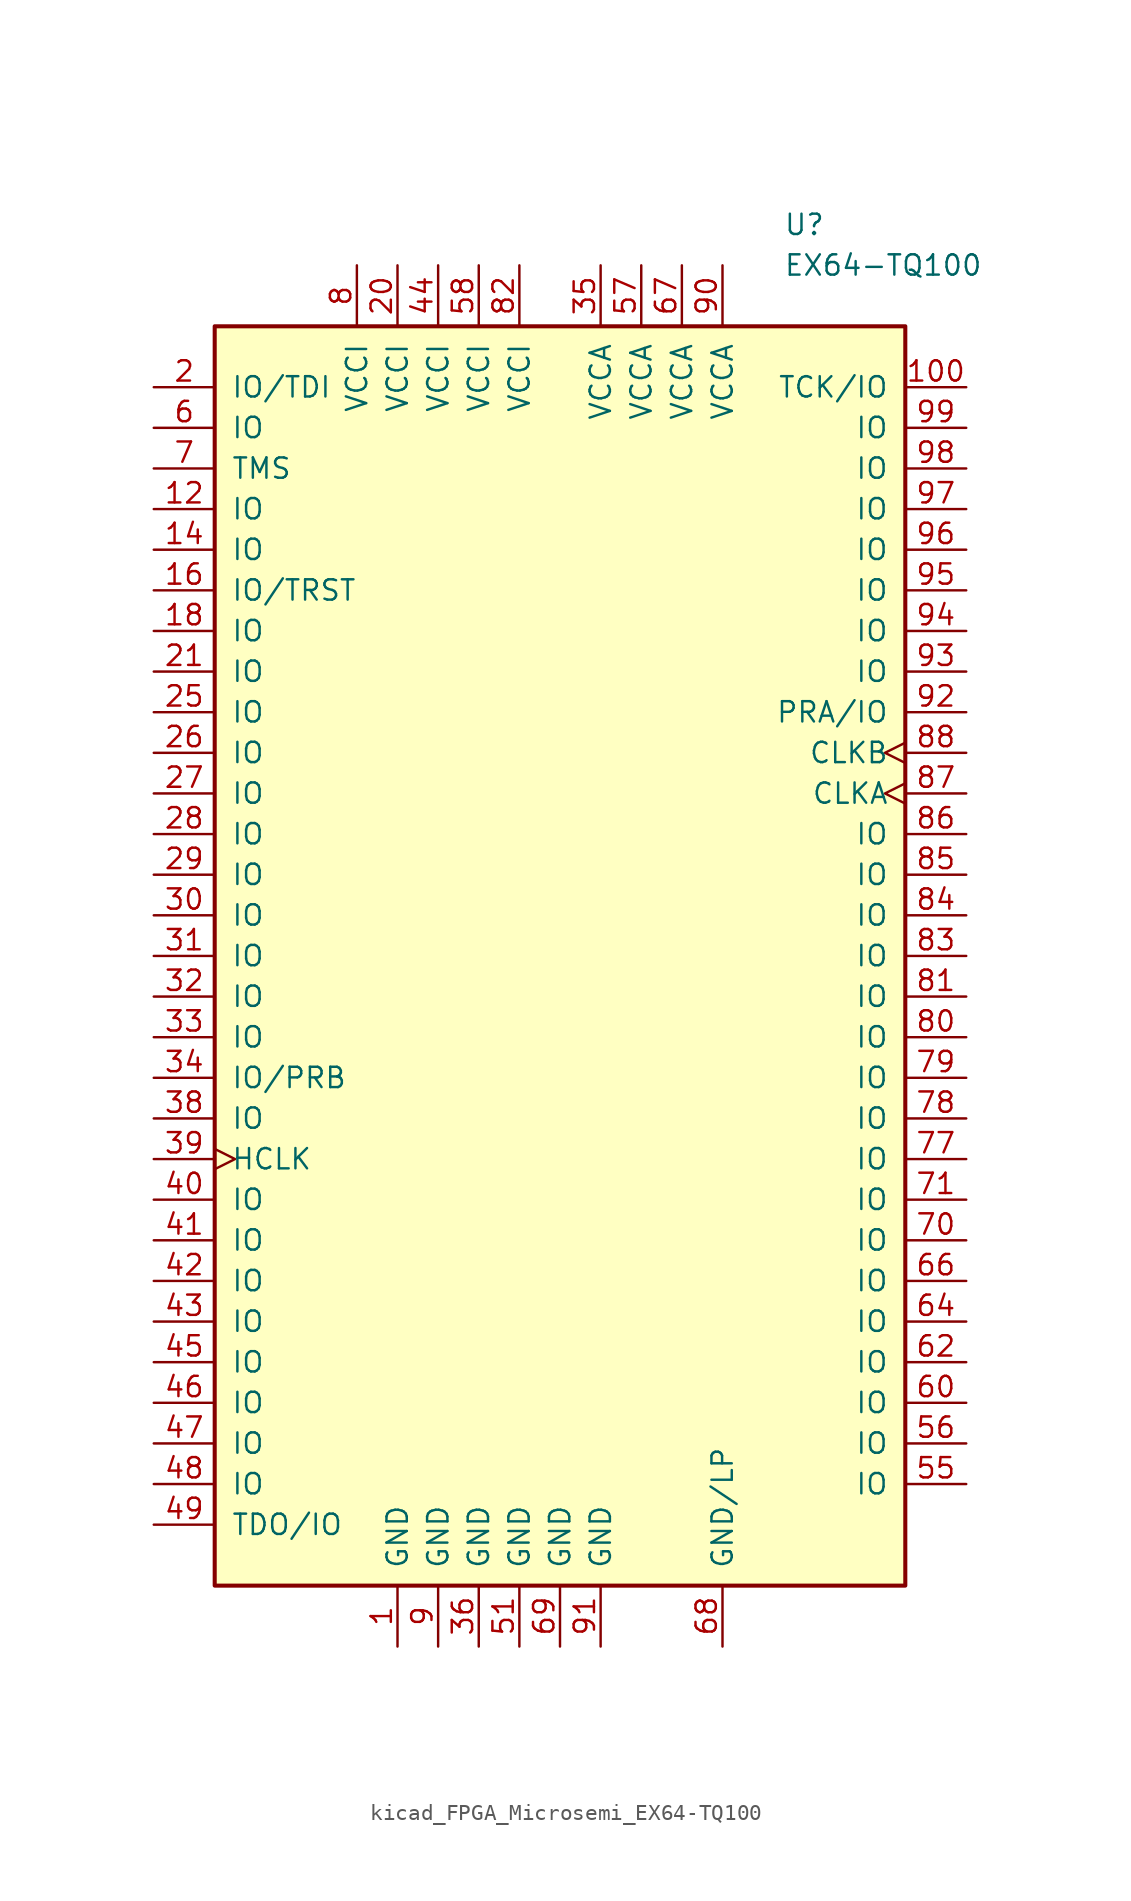
<source format=kicad_sym>
(kicad_symbol_lib
  (version 20220914)
  (generator kicad_symbol_editor)
  (symbol "kicad_FPGA_Microsemi_EX64-TQ100"
    (pin_names
      (offset 1.016))
    (property "Reference" "U"
      (at 13.97 45.72 0)
      (effects (font (size 1.27 1.27)) (justify left)))
    (property "Value" "EX64-TQ100"
      (at 13.97 43.18 0)
      (effects (font (size 1.27 1.27)) (justify left)))
    (symbol "kicad_FPGA_Microsemi_EX64-TQ100_0_1"
      (rectangle (start -21.59 39.37) (end 21.59 -39.37) (stroke (width 0.254) (type default)) (fill (type background))))
    (symbol "kicad_FPGA_Microsemi_EX64-TQ100_1_1"
      (pin power_out line (at -10.16 -43.18 90) (length 3.81) (name "GND" (effects (font (size 1.27 1.27)))) (number "1" (effects (font (size 1.27 1.27)))))
      (pin bidirectional line (at 25.4 35.56 180) (length 3.81) (name "TCK/IO" (effects (font (size 1.27 1.27)))) (number "100" (effects (font (size 1.27 1.27)))))
      (pin bidirectional line (at -25.4 27.94 0) (length 3.81) (name "IO" (effects (font (size 1.27 1.27)))) (number "12" (effects (font (size 1.27 1.27)))))
      (pin bidirectional line (at -25.4 25.4 0) (length 3.81) (name "IO" (effects (font (size 1.27 1.27)))) (number "14" (effects (font (size 1.27 1.27)))))
      (pin bidirectional line (at -25.4 22.86 0) (length 3.81) (name "IO/TRST" (effects (font (size 1.27 1.27)))) (number "16" (effects (font (size 1.27 1.27)))))
      (pin bidirectional line (at -25.4 20.32 0) (length 3.81) (name "IO" (effects (font (size 1.27 1.27)))) (number "18" (effects (font (size 1.27 1.27)))))
      (pin bidirectional line (at -25.4 35.56 0) (length 3.81) (name "IO/TDI" (effects (font (size 1.27 1.27)))) (number "2" (effects (font (size 1.27 1.27)))))
      (pin power_in line (at -10.16 43.18 270) (length 3.81) (name "VCCI" (effects (font (size 1.27 1.27)))) (number "20" (effects (font (size 1.27 1.27)))))
      (pin bidirectional line (at -25.4 17.78 0) (length 3.81) (name "IO" (effects (font (size 1.27 1.27)))) (number "21" (effects (font (size 1.27 1.27)))))
      (pin bidirectional line (at -25.4 15.24 0) (length 3.81) (name "IO" (effects (font (size 1.27 1.27)))) (number "25" (effects (font (size 1.27 1.27)))))
      (pin bidirectional line (at -25.4 12.7 0) (length 3.81) (name "IO" (effects (font (size 1.27 1.27)))) (number "26" (effects (font (size 1.27 1.27)))))
      (pin bidirectional line (at -25.4 10.16 0) (length 3.81) (name "IO" (effects (font (size 1.27 1.27)))) (number "27" (effects (font (size 1.27 1.27)))))
      (pin bidirectional line (at -25.4 7.62 0) (length 3.81) (name "IO" (effects (font (size 1.27 1.27)))) (number "28" (effects (font (size 1.27 1.27)))))
      (pin bidirectional line (at -25.4 5.08 0) (length 3.81) (name "IO" (effects (font (size 1.27 1.27)))) (number "29" (effects (font (size 1.27 1.27)))))
      (pin bidirectional line (at -25.4 2.54 0) (length 3.81) (name "IO" (effects (font (size 1.27 1.27)))) (number "30" (effects (font (size 1.27 1.27)))))
      (pin bidirectional line (at -25.4 0 0) (length 3.81) (name "IO" (effects (font (size 1.27 1.27)))) (number "31" (effects (font (size 1.27 1.27)))))
      (pin bidirectional line (at -25.4 -2.54 0) (length 3.81) (name "IO" (effects (font (size 1.27 1.27)))) (number "32" (effects (font (size 1.27 1.27)))))
      (pin bidirectional line (at -25.4 -5.08 0) (length 3.81) (name "IO" (effects (font (size 1.27 1.27)))) (number "33" (effects (font (size 1.27 1.27)))))
      (pin bidirectional line (at -25.4 -7.62 0) (length 3.81) (name "IO/PRB" (effects (font (size 1.27 1.27)))) (number "34" (effects (font (size 1.27 1.27)))))
      (pin power_in line (at 2.54 43.18 270) (length 3.81) (name "VCCA" (effects (font (size 1.27 1.27)))) (number "35" (effects (font (size 1.27 1.27)))))
      (pin power_out line (at -5.08 -43.18 90) (length 3.81) (name "GND" (effects (font (size 1.27 1.27)))) (number "36" (effects (font (size 1.27 1.27)))))
      (pin bidirectional line (at -25.4 -10.16 0) (length 3.81) (name "IO" (effects (font (size 1.27 1.27)))) (number "38" (effects (font (size 1.27 1.27)))))
      (pin input clock (at -25.4 -12.7 0) (length 3.81) (name "HCLK" (effects (font (size 1.27 1.27)))) (number "39" (effects (font (size 1.27 1.27)))))
      (pin bidirectional line (at -25.4 -15.24 0) (length 3.81) (name "IO" (effects (font (size 1.27 1.27)))) (number "40" (effects (font (size 1.27 1.27)))))
      (pin bidirectional line (at -25.4 -17.78 0) (length 3.81) (name "IO" (effects (font (size 1.27 1.27)))) (number "41" (effects (font (size 1.27 1.27)))))
      (pin bidirectional line (at -25.4 -20.32 0) (length 3.81) (name "IO" (effects (font (size 1.27 1.27)))) (number "42" (effects (font (size 1.27 1.27)))))
      (pin bidirectional line (at -25.4 -22.86 0) (length 3.81) (name "IO" (effects (font (size 1.27 1.27)))) (number "43" (effects (font (size 1.27 1.27)))))
      (pin power_in line (at -7.62 43.18 270) (length 3.81) (name "VCCI" (effects (font (size 1.27 1.27)))) (number "44" (effects (font (size 1.27 1.27)))))
      (pin bidirectional line (at -25.4 -25.4 0) (length 3.81) (name "IO" (effects (font (size 1.27 1.27)))) (number "45" (effects (font (size 1.27 1.27)))))
      (pin bidirectional line (at -25.4 -27.94 0) (length 3.81) (name "IO" (effects (font (size 1.27 1.27)))) (number "46" (effects (font (size 1.27 1.27)))))
      (pin bidirectional line (at -25.4 -30.48 0) (length 3.81) (name "IO" (effects (font (size 1.27 1.27)))) (number "47" (effects (font (size 1.27 1.27)))))
      (pin bidirectional line (at -25.4 -33.02 0) (length 3.81) (name "IO" (effects (font (size 1.27 1.27)))) (number "48" (effects (font (size 1.27 1.27)))))
      (pin bidirectional line (at -25.4 -35.56 0) (length 3.81) (name "TDO/IO" (effects (font (size 1.27 1.27)))) (number "49" (effects (font (size 1.27 1.27)))))
      (pin power_out line (at -2.54 -43.18 90) (length 3.81) (name "GND" (effects (font (size 1.27 1.27)))) (number "51" (effects (font (size 1.27 1.27)))))
      (pin bidirectional line (at 25.4 -33.02 180) (length 3.81) (name "IO" (effects (font (size 1.27 1.27)))) (number "55" (effects (font (size 1.27 1.27)))))
      (pin bidirectional line (at 25.4 -30.48 180) (length 3.81) (name "IO" (effects (font (size 1.27 1.27)))) (number "56" (effects (font (size 1.27 1.27)))))
      (pin power_in line (at 5.08 43.18 270) (length 3.81) (name "VCCA" (effects (font (size 1.27 1.27)))) (number "57" (effects (font (size 1.27 1.27)))))
      (pin power_in line (at -5.08 43.18 270) (length 3.81) (name "VCCI" (effects (font (size 1.27 1.27)))) (number "58" (effects (font (size 1.27 1.27)))))
      (pin bidirectional line (at -25.4 33.02 0) (length 3.81) (name "IO" (effects (font (size 1.27 1.27)))) (number "6" (effects (font (size 1.27 1.27)))))
      (pin bidirectional line (at 25.4 -27.94 180) (length 3.81) (name "IO" (effects (font (size 1.27 1.27)))) (number "60" (effects (font (size 1.27 1.27)))))
      (pin bidirectional line (at 25.4 -25.4 180) (length 3.81) (name "IO" (effects (font (size 1.27 1.27)))) (number "62" (effects (font (size 1.27 1.27)))))
      (pin bidirectional line (at 25.4 -22.86 180) (length 3.81) (name "IO" (effects (font (size 1.27 1.27)))) (number "64" (effects (font (size 1.27 1.27)))))
      (pin bidirectional line (at 25.4 -20.32 180) (length 3.81) (name "IO" (effects (font (size 1.27 1.27)))) (number "66" (effects (font (size 1.27 1.27)))))
      (pin power_in line (at 7.62 43.18 270) (length 3.81) (name "VCCA" (effects (font (size 1.27 1.27)))) (number "67" (effects (font (size 1.27 1.27)))))
      (pin power_out line (at 10.16 -43.18 90) (length 3.81) (name "GND/LP" (effects (font (size 1.27 1.27)))) (number "68" (effects (font (size 1.27 1.27)))))
      (pin power_out line (at 0 -43.18 90) (length 3.81) (name "GND" (effects (font (size 1.27 1.27)))) (number "69" (effects (font (size 1.27 1.27)))))
      (pin input line (at -25.4 30.48 0) (length 3.81) (name "TMS" (effects (font (size 1.27 1.27)))) (number "7" (effects (font (size 1.27 1.27)))))
      (pin bidirectional line (at 25.4 -17.78 180) (length 3.81) (name "IO" (effects (font (size 1.27 1.27)))) (number "70" (effects (font (size 1.27 1.27)))))
      (pin bidirectional line (at 25.4 -15.24 180) (length 3.81) (name "IO" (effects (font (size 1.27 1.27)))) (number "71" (effects (font (size 1.27 1.27)))))
      (pin bidirectional line (at 25.4 -12.7 180) (length 3.81) (name "IO" (effects (font (size 1.27 1.27)))) (number "77" (effects (font (size 1.27 1.27)))))
      (pin bidirectional line (at 25.4 -10.16 180) (length 3.81) (name "IO" (effects (font (size 1.27 1.27)))) (number "78" (effects (font (size 1.27 1.27)))))
      (pin bidirectional line (at 25.4 -7.62 180) (length 3.81) (name "IO" (effects (font (size 1.27 1.27)))) (number "79" (effects (font (size 1.27 1.27)))))
      (pin power_in line (at -12.7 43.18 270) (length 3.81) (name "VCCI" (effects (font (size 1.27 1.27)))) (number "8" (effects (font (size 1.27 1.27)))))
      (pin bidirectional line (at 25.4 -5.08 180) (length 3.81) (name "IO" (effects (font (size 1.27 1.27)))) (number "80" (effects (font (size 1.27 1.27)))))
      (pin bidirectional line (at 25.4 -2.54 180) (length 3.81) (name "IO" (effects (font (size 1.27 1.27)))) (number "81" (effects (font (size 1.27 1.27)))))
      (pin power_in line (at -2.54 43.18 270) (length 3.81) (name "VCCI" (effects (font (size 1.27 1.27)))) (number "82" (effects (font (size 1.27 1.27)))))
      (pin bidirectional line (at 25.4 0 180) (length 3.81) (name "IO" (effects (font (size 1.27 1.27)))) (number "83" (effects (font (size 1.27 1.27)))))
      (pin bidirectional line (at 25.4 2.54 180) (length 3.81) (name "IO" (effects (font (size 1.27 1.27)))) (number "84" (effects (font (size 1.27 1.27)))))
      (pin bidirectional line (at 25.4 5.08 180) (length 3.81) (name "IO" (effects (font (size 1.27 1.27)))) (number "85" (effects (font (size 1.27 1.27)))))
      (pin bidirectional line (at 25.4 7.62 180) (length 3.81) (name "IO" (effects (font (size 1.27 1.27)))) (number "86" (effects (font (size 1.27 1.27)))))
      (pin input clock (at 25.4 10.16 180) (length 3.81) (name "CLKA" (effects (font (size 1.27 1.27)))) (number "87" (effects (font (size 1.27 1.27)))))
      (pin input clock (at 25.4 12.7 180) (length 3.81) (name "CLKB" (effects (font (size 1.27 1.27)))) (number "88" (effects (font (size 1.27 1.27)))))
      (pin power_out line (at -7.62 -43.18 90) (length 3.81) (name "GND" (effects (font (size 1.27 1.27)))) (number "9" (effects (font (size 1.27 1.27)))))
      (pin power_in line (at 10.16 43.18 270) (length 3.81) (name "VCCA" (effects (font (size 1.27 1.27)))) (number "90" (effects (font (size 1.27 1.27)))))
      (pin power_in line (at 2.54 -43.18 90) (length 3.81) (name "GND" (effects (font (size 1.27 1.27)))) (number "91" (effects (font (size 1.27 1.27)))))
      (pin bidirectional line (at 25.4 15.24 180) (length 3.81) (name "PRA/IO" (effects (font (size 1.27 1.27)))) (number "92" (effects (font (size 1.27 1.27)))))
      (pin bidirectional line (at 25.4 17.78 180) (length 3.81) (name "IO" (effects (font (size 1.27 1.27)))) (number "93" (effects (font (size 1.27 1.27)))))
      (pin bidirectional line (at 25.4 20.32 180) (length 3.81) (name "IO" (effects (font (size 1.27 1.27)))) (number "94" (effects (font (size 1.27 1.27)))))
      (pin bidirectional line (at 25.4 22.86 180) (length 3.81) (name "IO" (effects (font (size 1.27 1.27)))) (number "95" (effects (font (size 1.27 1.27)))))
      (pin bidirectional line (at 25.4 25.4 180) (length 3.81) (name "IO" (effects (font (size 1.27 1.27)))) (number "96" (effects (font (size 1.27 1.27)))))
      (pin bidirectional line (at 25.4 27.94 180) (length 3.81) (name "IO" (effects (font (size 1.27 1.27)))) (number "97" (effects (font (size 1.27 1.27)))))
      (pin bidirectional line (at 25.4 30.48 180) (length 3.81) (name "IO" (effects (font (size 1.27 1.27)))) (number "98" (effects (font (size 1.27 1.27)))))
      (pin bidirectional line (at 25.4 33.02 180) (length 3.81) (name "IO" (effects (font (size 1.27 1.27)))) (number "99" (effects (font (size 1.27 1.27))))))))
</source>
